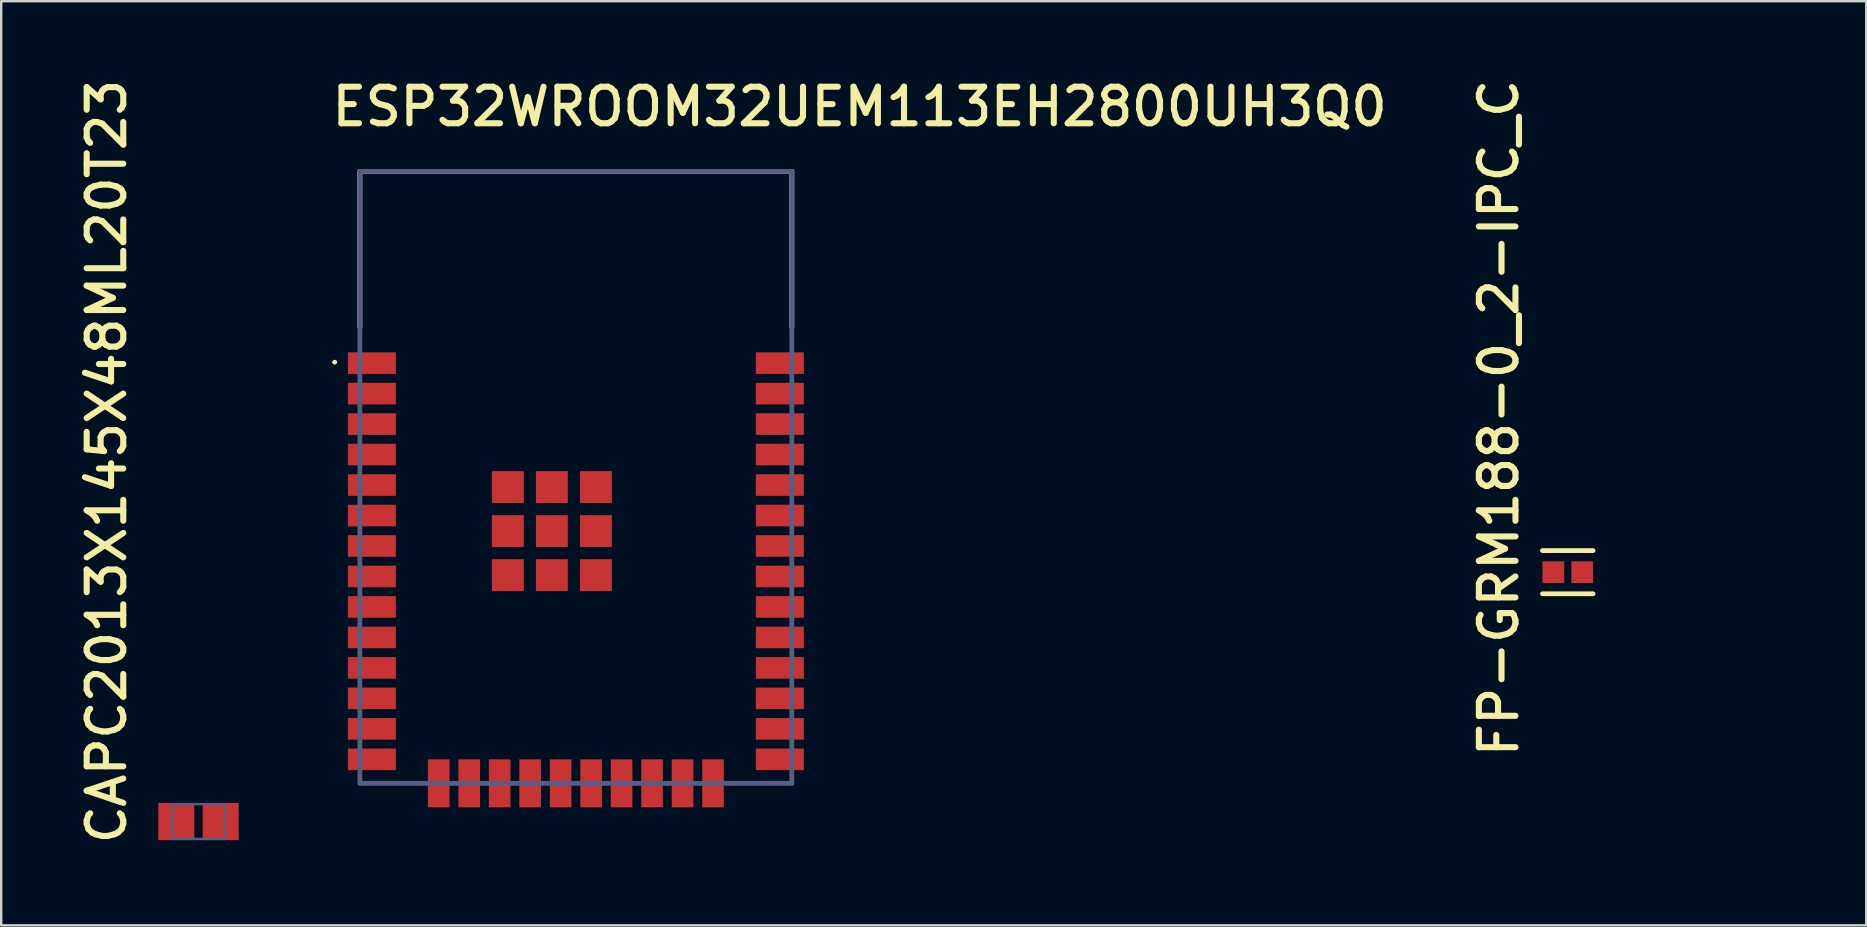
<source format=kicad_pcb>
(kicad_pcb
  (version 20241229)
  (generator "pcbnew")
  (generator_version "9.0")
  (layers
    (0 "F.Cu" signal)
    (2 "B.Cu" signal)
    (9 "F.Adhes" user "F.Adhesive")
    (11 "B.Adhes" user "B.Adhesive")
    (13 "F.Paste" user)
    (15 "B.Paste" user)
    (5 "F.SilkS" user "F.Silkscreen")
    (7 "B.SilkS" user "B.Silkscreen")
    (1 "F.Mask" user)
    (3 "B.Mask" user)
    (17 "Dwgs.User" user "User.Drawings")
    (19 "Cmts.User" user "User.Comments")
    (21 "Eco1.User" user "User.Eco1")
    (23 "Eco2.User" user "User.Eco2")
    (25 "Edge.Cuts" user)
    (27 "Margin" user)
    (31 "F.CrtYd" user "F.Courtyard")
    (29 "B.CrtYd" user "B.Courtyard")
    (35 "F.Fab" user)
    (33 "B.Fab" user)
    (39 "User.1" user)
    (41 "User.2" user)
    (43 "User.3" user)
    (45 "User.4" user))
  (footprint "FP-GRM188-0_2-IPC_C"
    (layer "F.Cu")
    (at 62.281 20.793)
    (property "Reference" "FP-GRM188-0_2-IPC_C" (at -1.981 7.822 90) (unlocked yes) (layer "F.SilkS") (effects (font (size 1.524 1.524) (thickness 0.254)) (justify left bottom)))
    (fp_line (start 1.053 -0.9) (end -1.053 -0.9) (stroke (width 0.2) (type solid)) (layer "F.SilkS"))
    (fp_line (start 1.053 0.9) (end -1.053 0.9) (stroke (width 0.2) (type solid)) (layer "F.SilkS"))
    (fp_line (start 0 0.5) (end 0 -0.5) (stroke (width 0.1) (type solid)) (layer "Eco1.User"))
    (fp_line (start 0.5 0) (end -0.5 0) (stroke (width 0.1) (type solid)) (layer "Eco1.User"))
    (fp_line (start -0.8 0.4) (end -0.8 -0.4) (stroke (width 0.2) (type solid)) (layer "User.2"))
    (fp_line (start 0.8 -0.4) (end -0.8 -0.4) (stroke (width 0.2) (type solid)) (layer "User.2"))
    (fp_line (start 0.8 0.4) (end -0.8 0.4) (stroke (width 0.2) (type solid)) (layer "User.2"))
    (fp_line (start 0.8 0.4) (end 0.8 -0.4) (stroke (width 0.2) (type solid)) (layer "User.2"))
    (fp_line (start -1.153 0.6) (end -1.153 -0.6) (stroke (width 0.2) (type solid)) (layer "User.3"))
    (fp_line (start 1.153 -0.6) (end -1.153 -0.6) (stroke (width 0.2) (type solid)) (layer "User.3"))
    (fp_line (start 1.153 0.6) (end -1.153 0.6) (stroke (width 0.2) (type solid)) (layer "User.3"))
    (fp_line (start 1.153 0.6) (end 1.153 -0.6) (stroke (width 0.2) (type solid)) (layer "User.3"))
    (fp_line (start -1.153 0.6) (end -1.153 -0.6) (stroke (width 0.2) (type solid)) (layer "User.5"))
    (fp_line (start 1.153 -0.6) (end -1.153 -0.6) (stroke (width 0.2) (type solid)) (layer "User.5"))
    (fp_line (start 1.153 0.6) (end -1.153 0.6) (stroke (width 0.2) (type solid)) (layer "User.5"))
    (fp_line (start 1.153 0.6) (end 1.153 -0.6) (stroke (width 0.2) (type solid)) (layer "User.5"))
    (fp_text user "${REFERENCE}" (at -0.000008 -0.177 0) (unlocked yes) (layer "User.5") (effects (font (size 0.5 0.5) (thickness 0.1)) (justify left bottom)))
    (pad "1" smd rect (at -0.601 0) (size 0.905 0.906) (layers "F.Cu" "F.Mask" "F.Paste"))
    (pad "2" smd rect (at 0.601 0) (size 0.905 0.906) (layers "F.Cu" "F.Mask" "F.Paste")))
  (footprint "ESP32WROOM32UEM113EH2800UH3Q0"
    (layer "F.Cu")
    (at 20.947 16.842)
    (property "Reference" "ESP32WROOM32UEM113EH2800UH3Q0" (at -10.296 -14.556 0) (unlocked yes) (layer "F.SilkS") (effects (font (size 1.524 1.524) (thickness 0.254)) (justify left bottom)))
    (fp_line (start -9 -12.75) (end 9 -12.75) (stroke (width 0.2) (type solid)) (layer "F.SilkS"))
    (fp_line (start -9 -6.25) (end -9 -12.75) (stroke (width 0.2) (type solid)) (layer "F.SilkS"))
    (fp_line (start 9 -6.25) (end 9 -12.75) (stroke (width 0.2) (type solid)) (layer "F.SilkS"))
    (fp_arc (start -10.100001 -4.800001) (mid -10.050001 -4.850001) (end -10.000001 -4.800001) (stroke (width 0.1) (type solid)) (layer "F.SilkS"))
    (fp_arc (start -10.000001 -4.800001) (mid -10.050001 -4.750001) (end -10.100001 -4.800001) (stroke (width 0.1) (type solid)) (layer "F.SilkS"))
    (fp_line (start -10.5 -13.75) (end 10.5 -13.75) (stroke (width 0.1) (type solid)) (layer "Eco1.User"))
    (fp_line (start -10.5 14.75) (end -10.5 -13.75) (stroke (width 0.1) (type solid)) (layer "Eco1.User"))
    (fp_line (start -10.5 14.75) (end 10.5 14.75) (stroke (width 0.1) (type solid)) (layer "Eco1.User"))
    (fp_line (start 10.5 14.75) (end 10.5 -13.75) (stroke (width 0.1) (type solid)) (layer "Eco1.User"))
    (fp_line (start -9 -12.75) (end 9 -12.75) (stroke (width 0.2) (type solid)) (layer "B.Fab"))
    (fp_line (start -9 12.75) (end -9 -12.75) (stroke (width 0.2) (type solid)) (layer "B.Fab"))
    (fp_line (start -9 12.75) (end 9 12.75) (stroke (width 0.2) (type solid)) (layer "B.Fab"))
    (fp_line (start 9 12.75) (end 9 -12.75) (stroke (width 0.2) (type solid)) (layer "B.Fab"))
    (pad "1" smd rect (at -8.5 -4.76) (size 2 0.9) (layers "F.Cu" "F.Mask" "F.Paste"))
    (pad "2" smd rect (at -8.5 -3.49) (size 2 0.9) (layers "F.Cu" "F.Mask" "F.Paste"))
    (pad "3" smd rect (at -8.5 -2.22) (size 2 0.9) (layers "F.Cu" "F.Mask" "F.Paste"))
    (pad "4" smd rect (at -8.5 -0.95) (size 2 0.9) (layers "F.Cu" "F.Mask" "F.Paste"))
    (pad "5" smd rect (at -8.5 0.32) (size 2 0.9) (layers "F.Cu" "F.Mask" "F.Paste"))
    (pad "6" smd rect (at -8.5 1.59) (size 2 0.9) (layers "F.Cu" "F.Mask" "F.Paste"))
    (pad "7" smd rect (at -8.5 2.86) (size 2 0.9) (layers "F.Cu" "F.Mask" "F.Paste"))
    (pad "8" smd rect (at -8.5 4.13) (size 2 0.9) (layers "F.Cu" "F.Mask" "F.Paste"))
    (pad "9" smd rect (at -8.5 5.4) (size 2 0.9) (layers "F.Cu" "F.Mask" "F.Paste"))
    (pad "10" smd rect (at -8.5 6.67) (size 2 0.9) (layers "F.Cu" "F.Mask" "F.Paste"))
    (pad "11" smd rect (at -8.5 7.94) (size 2 0.9) (layers "F.Cu" "F.Mask" "F.Paste"))
    (pad "12" smd rect (at -8.5 9.21) (size 2 0.9) (layers "F.Cu" "F.Mask" "F.Paste"))
    (pad "13" smd rect (at -8.5 10.48) (size 2 0.9) (layers "F.Cu" "F.Mask" "F.Paste"))
    (pad "14" smd rect (at -8.5 11.75) (size 2 0.9) (layers "F.Cu" "F.Mask" "F.Paste"))
    (pad "15" smd rect (at -5.715 12.75 90) (size 2 0.9) (layers "F.Cu" "F.Mask" "F.Paste"))
    (pad "16" smd rect (at -4.445 12.75 90) (size 2 0.9) (layers "F.Cu" "F.Mask" "F.Paste"))
    (pad "17" smd rect (at -3.175 12.75 90) (size 2 0.9) (layers "F.Cu" "F.Mask" "F.Paste"))
    (pad "18" smd rect (at -1.905 12.75 90) (size 2 0.9) (layers "F.Cu" "F.Mask" "F.Paste"))
    (pad "19" smd rect (at -0.635 12.75 90) (size 2 0.9) (layers "F.Cu" "F.Mask" "F.Paste"))
    (pad "20" smd rect (at 0.635 12.75 90) (size 2 0.9) (layers "F.Cu" "F.Mask" "F.Paste"))
    (pad "21" smd rect (at 1.905 12.75 90) (size 2 0.9) (layers "F.Cu" "F.Mask" "F.Paste"))
    (pad "22" smd rect (at 3.175 12.75 90) (size 2 0.9) (layers "F.Cu" "F.Mask" "F.Paste"))
    (pad "23" smd rect (at 4.445 12.75 90) (size 2 0.9) (layers "F.Cu" "F.Mask" "F.Paste"))
    (pad "24" smd rect (at 5.715 12.75 90) (size 2 0.9) (layers "F.Cu" "F.Mask" "F.Paste"))
    (pad "25" smd rect (at 8.5 11.75) (size 2 0.9) (layers "F.Cu" "F.Mask" "F.Paste"))
    (pad "26" smd rect (at 8.5 10.48) (size 2 0.9) (layers "F.Cu" "F.Mask" "F.Paste"))
    (pad "27" smd rect (at 8.5 9.21) (size 2 0.9) (layers "F.Cu" "F.Mask" "F.Paste"))
    (pad "28" smd rect (at 8.5 7.94) (size 2 0.9) (layers "F.Cu" "F.Mask" "F.Paste"))
    (pad "29" smd rect (at 8.5 6.67) (size 2 0.9) (layers "F.Cu" "F.Mask" "F.Paste"))
    (pad "30" smd rect (at 8.5 5.4) (size 2 0.9) (layers "F.Cu" "F.Mask" "F.Paste"))
    (pad "31" smd rect (at 8.5 4.13) (size 2 0.9) (layers "F.Cu" "F.Mask" "F.Paste"))
    (pad "32" smd rect (at 8.5 2.86) (size 2 0.9) (layers "F.Cu" "F.Mask" "F.Paste"))
    (pad "33" smd rect (at 8.5 1.59) (size 2 0.9) (layers "F.Cu" "F.Mask" "F.Paste"))
    (pad "34" smd rect (at 8.5 0.32) (size 2 0.9) (layers "F.Cu" "F.Mask" "F.Paste"))
    (pad "35" smd rect (at 8.5 -0.95) (size 2 0.9) (layers "F.Cu" "F.Mask" "F.Paste"))
    (pad "36" smd rect (at 8.5 -2.22) (size 2 0.9) (layers "F.Cu" "F.Mask" "F.Paste"))
    (pad "37" smd rect (at 8.5 -3.49) (size 2 0.9) (layers "F.Cu" "F.Mask" "F.Paste"))
    (pad "38" smd rect (at 8.5 -4.76) (size 2 0.9) (layers "F.Cu" "F.Mask" "F.Paste"))
    (pad "39" smd rect (at -1 2.24) (size 1.33 1.33) (layers "F.Cu" "F.Mask" "F.Paste"))
    (pad "40" smd rect (at -2.835 4.075) (size 1.33 1.33) (layers "F.Cu" "F.Mask" "F.Paste"))
    (pad "41" smd rect (at -1 4.075) (size 1.33 1.33) (layers "F.Cu" "F.Mask" "F.Paste"))
    (pad "42" smd rect (at 0.835 4.075) (size 1.33 1.33) (layers "F.Cu" "F.Mask" "F.Paste"))
    (pad "43" smd rect (at 0.835 2.24) (size 1.33 1.33) (layers "F.Cu" "F.Mask" "F.Paste"))
    (pad "44" smd rect (at 0.835 0.405) (size 1.33 1.33) (layers "F.Cu" "F.Mask" "F.Paste"))
    (pad "45" smd rect (at -1 0.405) (size 1.33 1.33) (layers "F.Cu" "F.Mask" "F.Paste"))
    (pad "46" smd rect (at -2.835 0.405) (size 1.33 1.33) (layers "F.Cu" "F.Mask" "F.Paste"))
    (pad "47" smd rect (at -2.835 2.24) (size 1.33 1.33) (layers "F.Cu" "F.Mask" "F.Paste")))
  (footprint "CAPC2013X145X48ML20T23"
    (layer "F.Cu")
    (at 5.222 31.184)
    (property "Reference" "CAPC2013X145X48ML20T23" (at -2.936 1.059 90) (unlocked yes) (layer "F.SilkS") (effects (font (size 1.524 1.524) (thickness 0.254)) (justify left bottom)))
    (fp_line (start -2.15 1.3) (end -2.15 -1.3) (stroke (width 0.05) (type solid)) (layer "Eco1.User"))
    (fp_line (start 0 0.5) (end 0 -0.5) (stroke (width 0.1) (type solid)) (layer "Eco1.User"))
    (fp_line (start 0.5 0) (end -0.5 0) (stroke (width 0.1) (type solid)) (layer "Eco1.User"))
    (fp_line (start 2.15 -1.3) (end -2.15 -1.3) (stroke (width 0.05) (type solid)) (layer "Eco1.User"))
    (fp_line (start 2.15 1.3) (end -2.15 1.3) (stroke (width 0.05) (type solid)) (layer "Eco1.User"))
    (fp_line (start 2.15 1.3) (end 2.15 -1.3) (stroke (width 0.05) (type solid)) (layer "Eco1.User"))
    (fp_line (start -1.1 0.725) (end -1.1 -0.725) (stroke (width 0.1) (type solid)) (layer "B.Fab"))
    (fp_line (start 1.1 -0.725) (end -1.1 -0.725) (stroke (width 0.1) (type solid)) (layer "B.Fab"))
    (fp_line (start 1.1 0.725) (end -1.1 0.725) (stroke (width 0.1) (type solid)) (layer "B.Fab"))
    (fp_line (start 1.1 0.725) (end 1.1 -0.725) (stroke (width 0.1) (type solid)) (layer "B.Fab"))
    (pad "1" smd rect (at -0.925 0 90) (size 1.55 1.5) (layers "F.Cu" "F.Mask" "F.Paste"))
    (pad "2" smd rect (at 0.925 0 90) (size 1.55 1.5) (layers "F.Cu" "F.Mask" "F.Paste")))
  (gr_rect
    (start -3 -3)
    (end 74.719 35.509)
    (stroke (width 0.1) (type default))
    (fill no)
    (layer "Edge.Cuts")))
</source>
